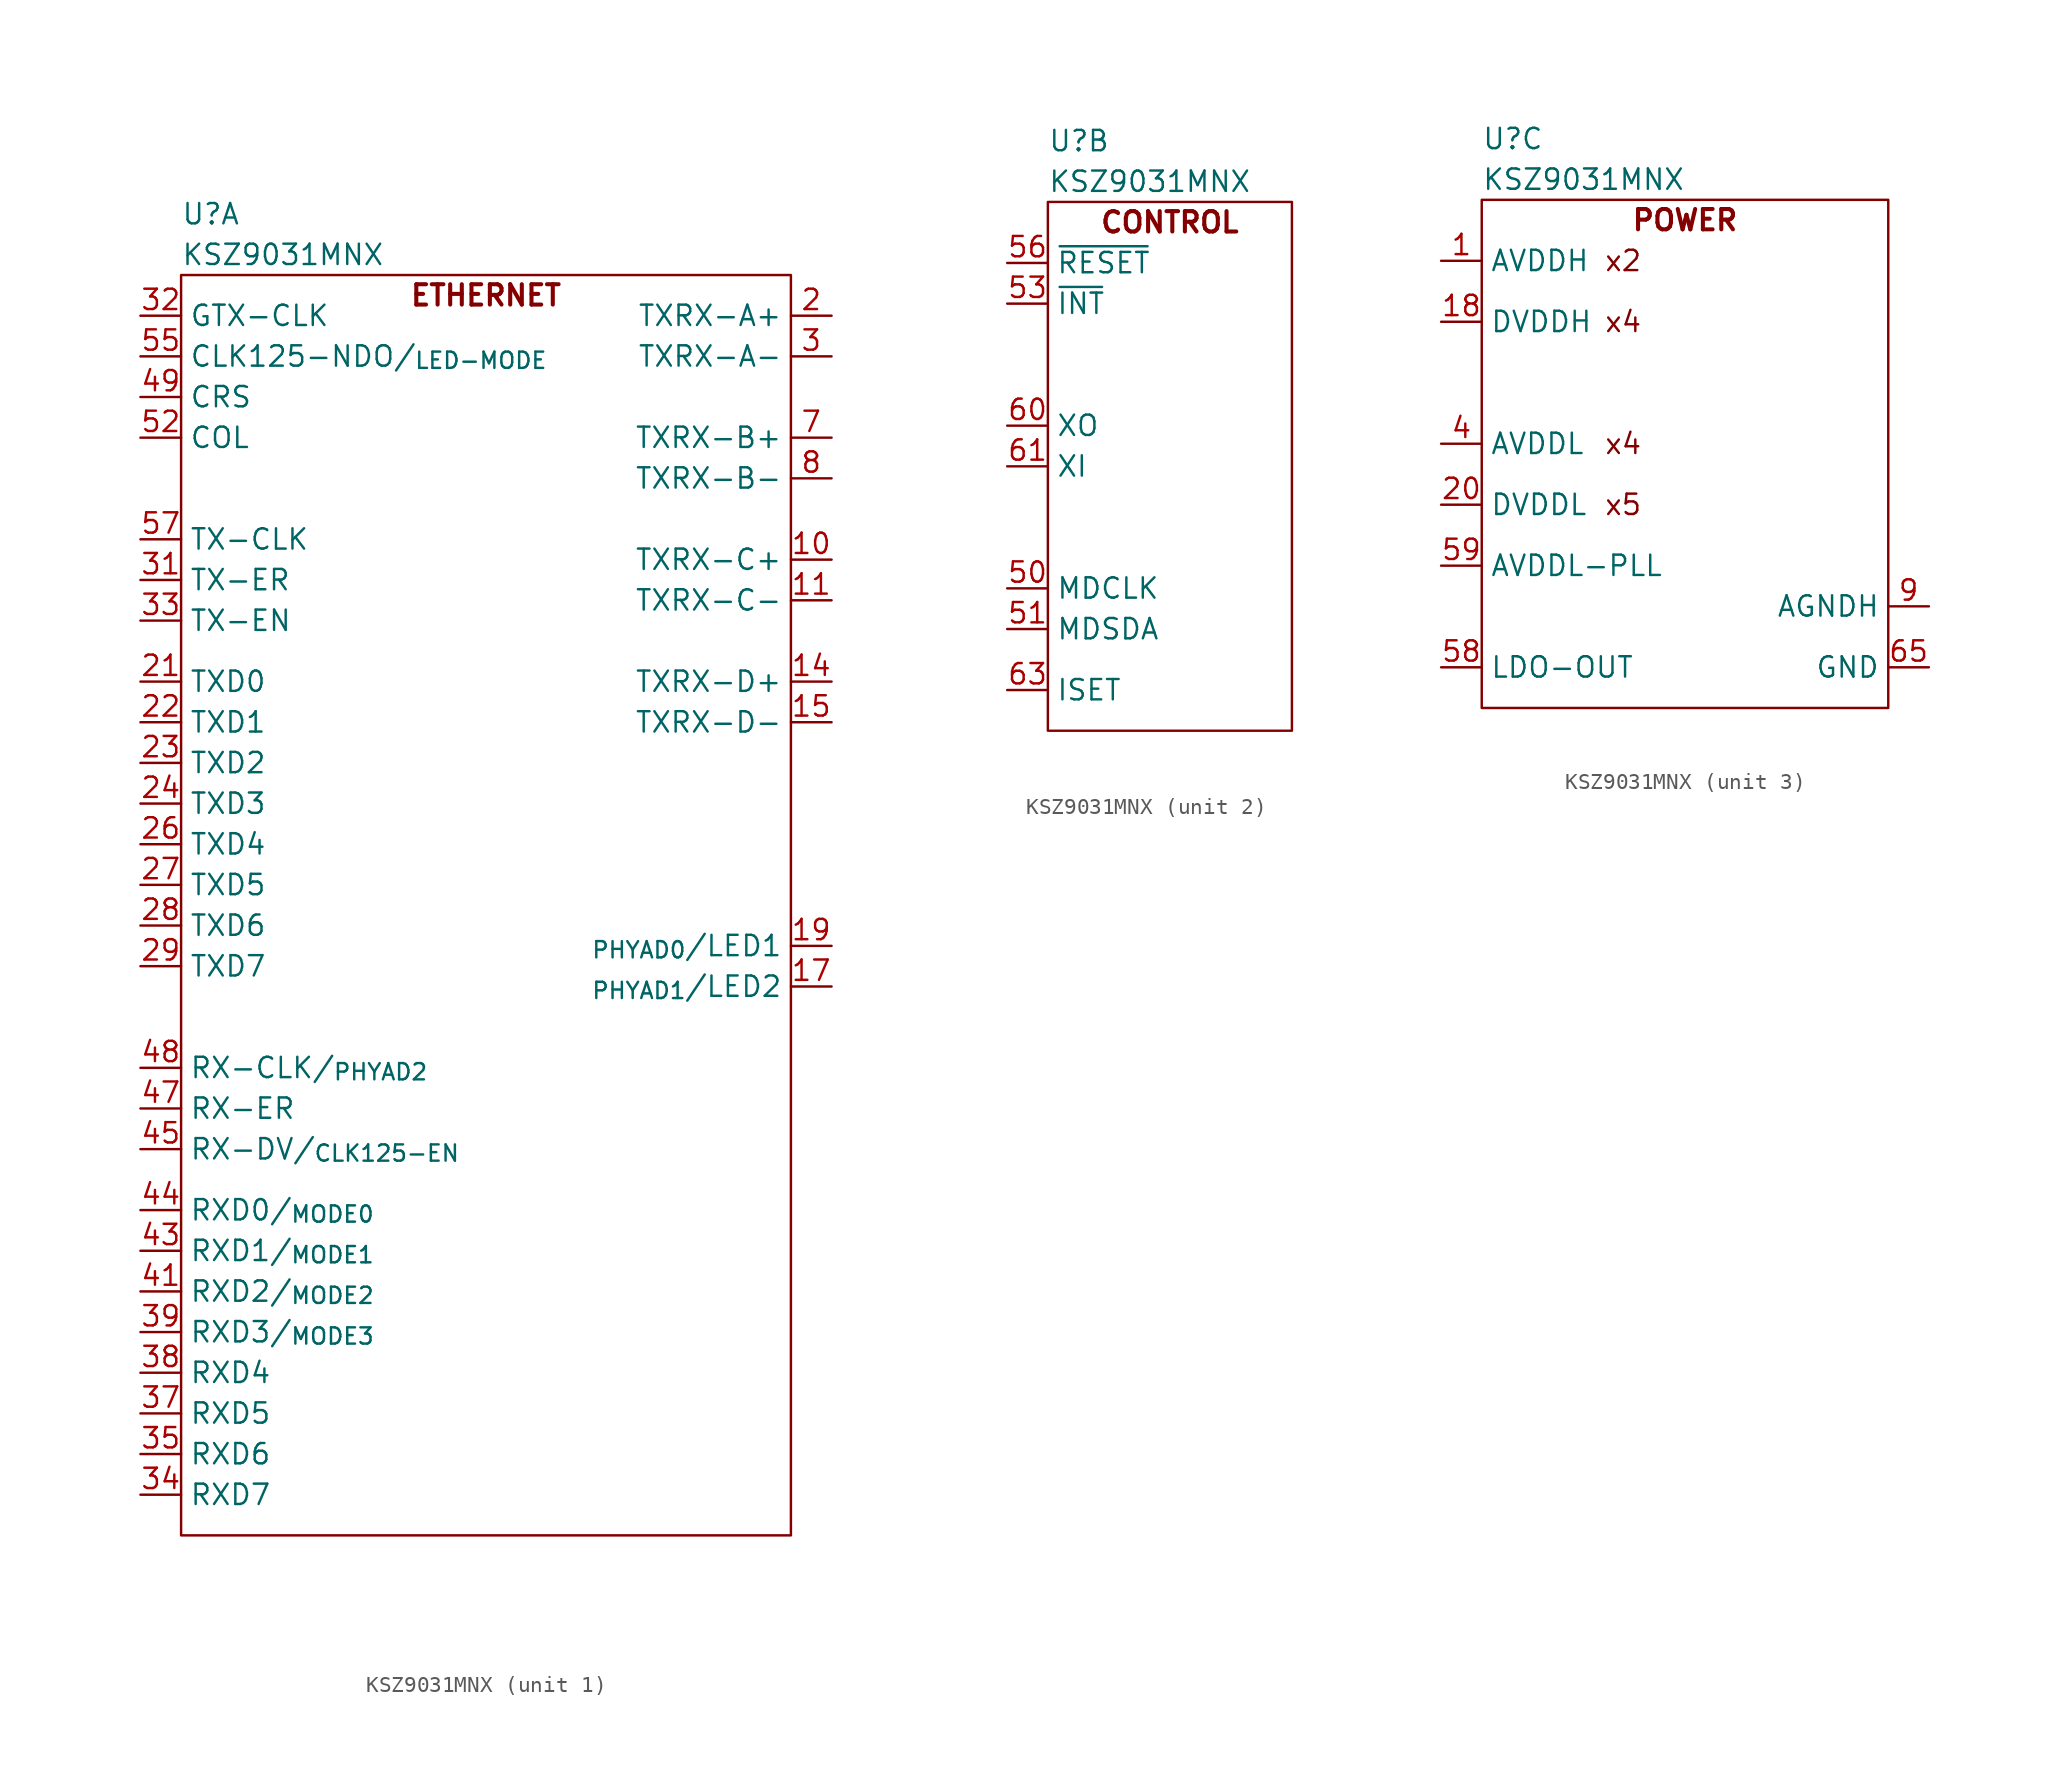
<source format=kicad_sym>
(kicad_symbol_lib
  (version 20220914)
  (generator kicad_symbol_editor)
  (symbol "KSZ9031MNX"
    (property "Reference" "U"
      (at 0 3.81 0)
      (effects (font (size 1.27 1.27)) (justify left)))
    (property "Value" "KSZ9031MNX"
      (at 0 1.27 0)
      (effects (font (size 1.27 1.27)) (justify left)))
    (property "ki_locked" ""
      (at 0 0 0)
      (effects (font (size 1.27 1.27))))
    (symbol "KSZ9031MNX_1_0"
      (pin bidirectional line (at 40.64 -17.78 180) (length 2.54) (name "TXRX-C+" (effects (font (size 1.27 1.27)))) (number "10" (effects (font (size 1.27 1.27)))))
      (pin bidirectional line (at 40.64 -20.32 180) (length 2.54) (name "TXRX-C-" (effects (font (size 1.27 1.27)))) (number "11" (effects (font (size 1.27 1.27)))))
      (pin bidirectional line (at 40.64 -25.4 180) (length 2.54) (name "TXRX-D+" (effects (font (size 1.27 1.27)))) (number "14" (effects (font (size 1.27 1.27)))))
      (pin bidirectional line (at 40.64 -27.94 180) (length 2.54) (name "TXRX-D-" (effects (font (size 1.27 1.27)))) (number "15" (effects (font (size 1.27 1.27)))))
      (pin bidirectional line (at 40.64 -44.45 180) (length 2.54) (name "_{PHYAD1}/LED2" (effects (font (size 1.27 1.27)))) (number "17" (effects (font (size 1.27 1.27)))))
      (pin bidirectional line (at 40.64 -41.91 180) (length 2.54) (name "_{PHYAD0}/LED1" (effects (font (size 1.27 1.27)))) (number "19" (effects (font (size 1.27 1.27)))) (alternate "_{PHYAD0}/~{PME-N1}" bidirectional line))
      (pin bidirectional line (at 40.64 -2.54 180) (length 2.54) (name "TXRX-A+" (effects (font (size 1.27 1.27)))) (number "2" (effects (font (size 1.27 1.27)))))
      (pin input line (at -2.54 -25.4 0) (length 2.54) (name "TXD0" (effects (font (size 1.27 1.27)))) (number "21" (effects (font (size 1.27 1.27)))))
      (pin input line (at -2.54 -27.94 0) (length 2.54) (name "TXD1" (effects (font (size 1.27 1.27)))) (number "22" (effects (font (size 1.27 1.27)))))
      (pin input line (at -2.54 -30.48 0) (length 2.54) (name "TXD2" (effects (font (size 1.27 1.27)))) (number "23" (effects (font (size 1.27 1.27)))))
      (pin input line (at -2.54 -33.02 0) (length 2.54) (name "TXD3" (effects (font (size 1.27 1.27)))) (number "24" (effects (font (size 1.27 1.27)))))
      (pin input line (at -2.54 -35.56 0) (length 2.54) (name "TXD4" (effects (font (size 1.27 1.27)))) (number "26" (effects (font (size 1.27 1.27)))))
      (pin input line (at -2.54 -38.1 0) (length 2.54) (name "TXD5" (effects (font (size 1.27 1.27)))) (number "27" (effects (font (size 1.27 1.27)))))
      (pin input line (at -2.54 -40.64 0) (length 2.54) (name "TXD6" (effects (font (size 1.27 1.27)))) (number "28" (effects (font (size 1.27 1.27)))))
      (pin input line (at -2.54 -43.18 0) (length 2.54) (name "TXD7" (effects (font (size 1.27 1.27)))) (number "29" (effects (font (size 1.27 1.27)))))
      (pin bidirectional line (at 40.64 -5.08 180) (length 2.54) (name "TXRX-A-" (effects (font (size 1.27 1.27)))) (number "3" (effects (font (size 1.27 1.27)))))
      (pin input line (at -2.54 -19.05 0) (length 2.54) (name "TX-ER" (effects (font (size 1.27 1.27)))) (number "31" (effects (font (size 1.27 1.27)))))
      (pin input line (at -2.54 -2.54 0) (length 2.54) (name "GTX-CLK" (effects (font (size 1.27 1.27)))) (number "32" (effects (font (size 1.27 1.27)))))
      (pin input line (at -2.54 -21.59 0) (length 2.54) (name "TX-EN" (effects (font (size 1.27 1.27)))) (number "33" (effects (font (size 1.27 1.27)))))
      (pin output line (at -2.54 -76.2 0) (length 2.54) (name "RXD7" (effects (font (size 1.27 1.27)))) (number "34" (effects (font (size 1.27 1.27)))))
      (pin output line (at -2.54 -73.66 0) (length 2.54) (name "RXD6" (effects (font (size 1.27 1.27)))) (number "35" (effects (font (size 1.27 1.27)))))
      (pin output line (at -2.54 -71.12 0) (length 2.54) (name "RXD5" (effects (font (size 1.27 1.27)))) (number "37" (effects (font (size 1.27 1.27)))))
      (pin output line (at -2.54 -68.58 0) (length 2.54) (name "RXD4" (effects (font (size 1.27 1.27)))) (number "38" (effects (font (size 1.27 1.27)))))
      (pin bidirectional line (at -2.54 -66.04 0) (length 2.54) (name "RXD3/_{MODE3}" (effects (font (size 1.27 1.27)))) (number "39" (effects (font (size 1.27 1.27)))))
      (pin bidirectional line (at -2.54 -63.5 0) (length 2.54) (name "RXD2/_{MODE2}" (effects (font (size 1.27 1.27)))) (number "41" (effects (font (size 1.27 1.27)))))
      (pin bidirectional line (at -2.54 -60.96 0) (length 2.54) (name "RXD1/_{MODE1}" (effects (font (size 1.27 1.27)))) (number "43" (effects (font (size 1.27 1.27)))))
      (pin bidirectional line (at -2.54 -58.42 0) (length 2.54) (name "RXD0/_{MODE0}" (effects (font (size 1.27 1.27)))) (number "44" (effects (font (size 1.27 1.27)))))
      (pin bidirectional line (at -2.54 -54.61 0) (length 2.54) (name "RX-DV/_{CLK125-EN}" (effects (font (size 1.27 1.27)))) (number "45" (effects (font (size 1.27 1.27)))))
      (pin output line (at -2.54 -52.07 0) (length 2.54) (name "RX-ER" (effects (font (size 1.27 1.27)))) (number "47" (effects (font (size 1.27 1.27)))))
      (pin bidirectional line (at -2.54 -49.53 0) (length 2.54) (name "RX-CLK/_{PHYAD2}" (effects (font (size 1.27 1.27)))) (number "48" (effects (font (size 1.27 1.27)))))
      (pin output line (at -2.54 -7.62 0) (length 2.54) (name "CRS" (effects (font (size 1.27 1.27)))) (number "49" (effects (font (size 1.27 1.27)))))
      (pin output line (at -2.54 -10.16 0) (length 2.54) (name "COL" (effects (font (size 1.27 1.27)))) (number "52" (effects (font (size 1.27 1.27)))))
      (pin bidirectional line (at -2.54 -5.08 0) (length 2.54) (name "CLK125-NDO/_{LED-MODE}" (effects (font (size 1.27 1.27)))) (number "55" (effects (font (size 1.27 1.27)))))
      (pin output line (at -2.54 -16.51 0) (length 2.54) (name "TX-CLK" (effects (font (size 1.27 1.27)))) (number "57" (effects (font (size 1.27 1.27)))))
      (pin bidirectional line (at 40.64 -10.16 180) (length 2.54) (name "TXRX-B+" (effects (font (size 1.27 1.27)))) (number "7" (effects (font (size 1.27 1.27)))))
      (pin bidirectional line (at 40.64 -12.7 180) (length 2.54) (name "TXRX-B-" (effects (font (size 1.27 1.27)))) (number "8" (effects (font (size 1.27 1.27))))))
    (symbol "KSZ9031MNX_1_1"
      (rectangle (start 0 0) (end 38.1 -78.74) (stroke (width 0) (type default)) (fill (type none)))
      (text "ETHERNET" (at 19.05 -1.27 0) (effects (font (size 1.27 1.27) bold))))
    (symbol "KSZ9031MNX_2_0"
      (pin input line (at -2.54 -24.13 0) (length 2.54) (name "MDCLK" (effects (font (size 1.27 1.27)))) (number "50" (effects (font (size 1.27 1.27)))))
      (pin bidirectional line (at -2.54 -26.67 0) (length 2.54) (name "MDSDA" (effects (font (size 1.27 1.27)))) (number "51" (effects (font (size 1.27 1.27)))))
      (pin output line (at -2.54 -6.35 0) (length 2.54) (name "~{INT}" (effects (font (size 1.27 1.27)))) (number "53" (effects (font (size 1.27 1.27)))) (alternate "~{PME-N2}" output line))
      (pin input line (at -2.54 -3.81 0) (length 2.54) (name "~{RESET}" (effects (font (size 1.27 1.27)))) (number "56" (effects (font (size 1.27 1.27)))))
      (pin no_connect line (at 8.89 -10.16 90) (length 2.54) hide (name "NC" (effects (font (size 1.27 1.27)))) (number "6" (effects (font (size 1.27 1.27)))))
      (pin output line (at -2.54 -13.97 0) (length 2.54) (name "XO" (effects (font (size 1.27 1.27)))) (number "60" (effects (font (size 1.27 1.27)))))
      (pin input line (at -2.54 -16.51 0) (length 2.54) (name "XI" (effects (font (size 1.27 1.27)))) (number "61" (effects (font (size 1.27 1.27)))))
      (pin no_connect line (at 8.89 -10.16 90) (length 2.54) hide (name "NC" (effects (font (size 1.27 1.27)))) (number "62" (effects (font (size 1.27 1.27)))))
      (pin input line (at -2.54 -30.48 0) (length 2.54) (name "ISET" (effects (font (size 1.27 1.27)))) (number "63" (effects (font (size 1.27 1.27))))))
    (symbol "KSZ9031MNX_2_1"
      (rectangle (start 0 0) (end 15.24 -33.02) (stroke (width 0) (type default)) (fill (type none)))
      (text "CONTROL" (at 7.62 -1.27 0) (effects (font (size 1.27 1.27) bold))))
    (symbol "KSZ9031MNX_3_0"
      (pin power_in line (at -2.54 -3.81 0) (length 2.54) (name "AVDDH" (effects (font (size 1.27 1.27)))) (number "1" (effects (font (size 1.27 1.27)))))
      (pin power_in line (at -2.54 -15.24 0) (length 2.54) hide (name "AVDDL" (effects (font (size 1.27 1.27)))) (number "12" (effects (font (size 1.27 1.27)))))
      (pin power_in line (at -2.54 -15.24 0) (length 2.54) hide (name "AVDDL" (effects (font (size 1.27 1.27)))) (number "13" (effects (font (size 1.27 1.27)))))
      (pin power_in line (at -2.54 -3.81 0) (length 2.54) hide (name "AVDDH" (effects (font (size 1.27 1.27)))) (number "16" (effects (font (size 1.27 1.27)))))
      (pin power_in line (at -2.54 -7.62 0) (length 2.54) (name "DVDDH" (effects (font (size 1.27 1.27)))) (number "18" (effects (font (size 1.27 1.27)))))
      (pin power_in line (at -2.54 -19.05 0) (length 2.54) (name "DVDDL" (effects (font (size 1.27 1.27)))) (number "20" (effects (font (size 1.27 1.27)))))
      (pin power_in line (at -2.54 -19.05 0) (length 2.54) hide (name "DVDDL" (effects (font (size 1.27 1.27)))) (number "25" (effects (font (size 1.27 1.27)))))
      (pin power_in line (at -2.54 -7.62 0) (length 2.54) hide (name "DVDDH" (effects (font (size 1.27 1.27)))) (number "30" (effects (font (size 1.27 1.27)))))
      (pin power_in line (at -2.54 -19.05 0) (length 2.54) hide (name "DVDDL" (effects (font (size 1.27 1.27)))) (number "36" (effects (font (size 1.27 1.27)))))
      (pin power_in line (at -2.54 -15.24 0) (length 2.54) (name "AVDDL" (effects (font (size 1.27 1.27)))) (number "4" (effects (font (size 1.27 1.27)))))
      (pin power_in line (at -2.54 -7.62 0) (length 2.54) hide (name "DVDDH" (effects (font (size 1.27 1.27)))) (number "40" (effects (font (size 1.27 1.27)))))
      (pin power_in line (at -2.54 -19.05 0) (length 2.54) hide (name "DVDDL" (effects (font (size 1.27 1.27)))) (number "42" (effects (font (size 1.27 1.27)))))
      (pin power_in line (at -2.54 -7.62 0) (length 2.54) hide (name "DVDDH" (effects (font (size 1.27 1.27)))) (number "46" (effects (font (size 1.27 1.27)))))
      (pin power_in line (at -2.54 -15.24 0) (length 2.54) hide (name "AVDDL" (effects (font (size 1.27 1.27)))) (number "5" (effects (font (size 1.27 1.27)))))
      (pin power_in line (at -2.54 -19.05 0) (length 2.54) hide (name "DVDDL" (effects (font (size 1.27 1.27)))) (number "54" (effects (font (size 1.27 1.27)))))
      (pin power_out line (at -2.54 -29.21 0) (length 2.54) (name "LDO-OUT" (effects (font (size 1.27 1.27)))) (number "58" (effects (font (size 1.27 1.27)))))
      (pin power_in line (at -2.54 -22.86 0) (length 2.54) (name "AVDDL-PLL" (effects (font (size 1.27 1.27)))) (number "59" (effects (font (size 1.27 1.27)))))
      (pin power_in line (at 27.94 -25.4 180) (length 2.54) hide (name "AGNDH" (effects (font (size 1.27 1.27)))) (number "64" (effects (font (size 1.27 1.27)))))
      (pin power_in line (at 27.94 -29.21 180) (length 2.54) (name "GND" (effects (font (size 1.27 1.27)))) (number "65" (effects (font (size 1.27 1.27)))))
      (pin power_in line (at 27.94 -25.4 180) (length 2.54) (name "AGNDH" (effects (font (size 1.27 1.27)))) (number "9" (effects (font (size 1.27 1.27))))))
    (symbol "KSZ9031MNX_3_1"
      (rectangle (start 0 0) (end 25.4 -31.75) (stroke (width 0) (type default)) (fill (type none)))
      (text "POWER" (at 12.7 -1.27 0) (effects (font (size 1.27 1.27) bold)))
      (text "x2" (at 7.62 -3.81 0) (effects (font (size 1.27 1.27)) (justify left)))
      (text "x4" (at 7.62 -15.24 0) (effects (font (size 1.27 1.27)) (justify left)))
      (text "x4" (at 7.62 -7.62 0) (effects (font (size 1.27 1.27)) (justify left)))
      (text "x5" (at 7.62 -19.05 0) (effects (font (size 1.27 1.27)) (justify left))))))
</source>
